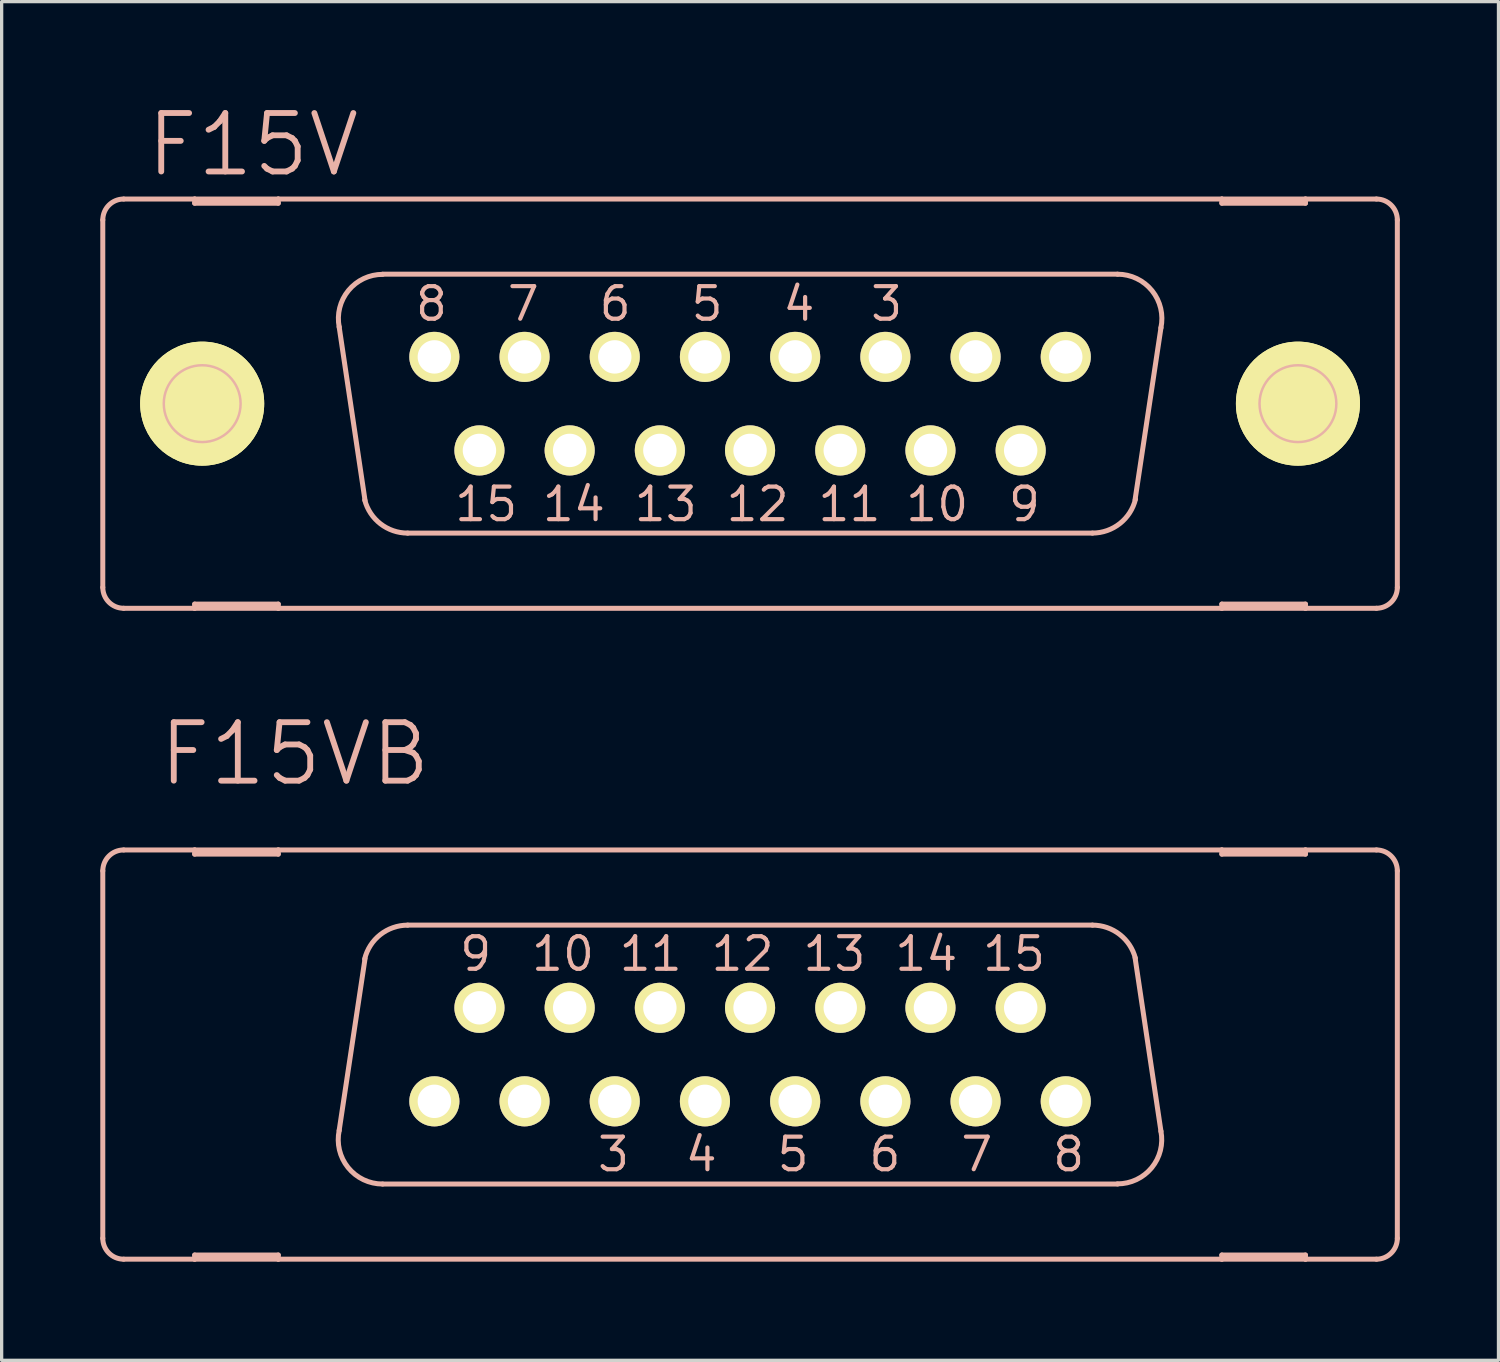
<source format=kicad_pcb>
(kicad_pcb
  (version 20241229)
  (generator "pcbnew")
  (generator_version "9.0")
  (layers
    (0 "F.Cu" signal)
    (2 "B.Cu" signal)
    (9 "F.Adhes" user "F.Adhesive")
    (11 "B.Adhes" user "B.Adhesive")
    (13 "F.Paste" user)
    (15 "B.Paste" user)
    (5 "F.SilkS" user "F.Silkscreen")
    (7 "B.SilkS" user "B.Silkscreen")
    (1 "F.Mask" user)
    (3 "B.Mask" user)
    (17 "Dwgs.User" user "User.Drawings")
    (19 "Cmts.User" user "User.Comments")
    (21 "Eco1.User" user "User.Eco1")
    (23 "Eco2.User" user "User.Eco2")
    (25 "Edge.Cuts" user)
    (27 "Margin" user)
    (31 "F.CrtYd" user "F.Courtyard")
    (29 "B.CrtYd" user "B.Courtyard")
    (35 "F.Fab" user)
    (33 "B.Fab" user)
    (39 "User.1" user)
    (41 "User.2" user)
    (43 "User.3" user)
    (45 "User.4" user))
  (footprint "F15V"
    (layer "F.Cu")
    (at 19.761 9.226)
    (property "Reference" "F15V" (at -15.113 -7.874 0) (layer "B.SilkS") (effects (font (size 1.778 1.778) (thickness 0.178))))
    (attr exclude_from_pos_files exclude_from_bom)
    (fp_line (start -18.313 0) (end -15.011 0) (stroke (width 0.127) (type solid)) (layer "F.SilkS"))
    (fp_line (start -16.662 1.651) (end -16.662 -1.651) (stroke (width 0.127) (type solid)) (layer "F.SilkS"))
    (fp_line (start 15.011 0) (end 18.313 0) (stroke (width 0.127) (type solid)) (layer "F.SilkS"))
    (fp_line (start 16.662 1.651) (end 16.662 -1.651) (stroke (width 0.127) (type solid)) (layer "F.SilkS"))
    (fp_circle (center -16.662 0) (end -17.996 1.333) (stroke (width 0) (type solid)) (fill yes) (layer "F.SilkS"))
    (fp_circle (center -16.662 0) (end -17.996 1.333) (stroke (width 0) (type solid)) (fill yes) (layer "F.SilkS"))
    (fp_circle (center -16.662 0) (end -17.488 0.826) (stroke (width 0.127) (type solid)) (fill no) (layer "F.SilkS"))
    (fp_circle (center -9.601 -1.422) (end -9.982 -1.803) (stroke (width 0.127) (type solid)) (fill no) (layer "F.SilkS"))
    (fp_circle (center -8.23 1.422) (end -8.611 1.803) (stroke (width 0.127) (type solid)) (fill no) (layer "F.SilkS"))
    (fp_circle (center -6.858 -1.422) (end -7.239 -1.803) (stroke (width 0.127) (type solid)) (fill no) (layer "F.SilkS"))
    (fp_circle (center -5.486 1.422) (end -5.867 1.803) (stroke (width 0.127) (type solid)) (fill no) (layer "F.SilkS"))
    (fp_circle (center -4.115 -1.422) (end -4.496 -1.803) (stroke (width 0.127) (type solid)) (fill no) (layer "F.SilkS"))
    (fp_circle (center -2.743 1.422) (end -3.124 1.803) (stroke (width 0.127) (type solid)) (fill no) (layer "F.SilkS"))
    (fp_circle (center -1.372 -1.422) (end -1.753 -1.803) (stroke (width 0.127) (type solid)) (fill no) (layer "F.SilkS"))
    (fp_circle (center 0 1.422) (end -0.381 1.803) (stroke (width 0.127) (type solid)) (fill no) (layer "F.SilkS"))
    (fp_circle (center 1.372 -1.422) (end 1.753 -1.803) (stroke (width 0.127) (type solid)) (fill no) (layer "F.SilkS"))
    (fp_circle (center 2.743 1.422) (end 3.124 1.803) (stroke (width 0.127) (type solid)) (fill no) (layer "F.SilkS"))
    (fp_circle (center 4.115 -1.422) (end 4.496 -1.803) (stroke (width 0.127) (type solid)) (fill no) (layer "F.SilkS"))
    (fp_circle (center 5.486 1.422) (end 5.867 1.803) (stroke (width 0.127) (type solid)) (fill no) (layer "F.SilkS"))
    (fp_circle (center 6.858 -1.422) (end 7.239 -1.803) (stroke (width 0.127) (type solid)) (fill no) (layer "F.SilkS"))
    (fp_circle (center 8.23 1.422) (end 8.611 1.803) (stroke (width 0.127) (type solid)) (fill no) (layer "F.SilkS"))
    (fp_circle (center 9.601 -1.422) (end 9.982 -1.803) (stroke (width 0.127) (type solid)) (fill no) (layer "F.SilkS"))
    (fp_circle (center 16.662 0) (end 17.488 0.826) (stroke (width 0.127) (type solid)) (fill no) (layer "F.SilkS"))
    (fp_circle (center 16.662 0) (end 17.996 1.333) (stroke (width 0) (type solid)) (fill yes) (layer "F.SilkS"))
    (fp_circle (center 16.662 0) (end 17.996 1.333) (stroke (width 0) (type solid)) (fill yes) (layer "F.SilkS"))
    (fp_line (start -19.685 -5.588) (end -19.685 5.588) (stroke (width 0.152) (type solid)) (layer "B.SilkS"))
    (fp_line (start -19.05 6.223) (end -16.891 6.223) (stroke (width 0.152) (type solid)) (layer "B.SilkS"))
    (fp_line (start -16.891 -6.223) (end -19.05 -6.223) (stroke (width 0.152) (type solid)) (layer "B.SilkS"))
    (fp_line (start -16.891 -6.223) (end -16.891 -6.096) (stroke (width 0.152) (type solid)) (layer "B.SilkS"))
    (fp_line (start -16.891 -6.096) (end -14.348 -6.096) (stroke (width 0.152) (type solid)) (layer "B.SilkS"))
    (fp_line (start -16.891 6.096) (end -14.348 6.096) (stroke (width 0.152) (type solid)) (layer "B.SilkS"))
    (fp_line (start -16.891 6.223) (end -16.891 6.096) (stroke (width 0.152) (type solid)) (layer "B.SilkS"))
    (fp_line (start -16.891 6.223) (end -14.348 6.223) (stroke (width 0.152) (type solid)) (layer "B.SilkS"))
    (fp_line (start -14.348 -6.223) (end -16.891 -6.223) (stroke (width 0.152) (type solid)) (layer "B.SilkS"))
    (fp_line (start -14.348 -6.096) (end -14.348 -6.223) (stroke (width 0.152) (type solid)) (layer "B.SilkS"))
    (fp_line (start -14.348 6.096) (end -14.348 6.223) (stroke (width 0.152) (type solid)) (layer "B.SilkS"))
    (fp_line (start -14.348 6.223) (end 14.348 6.223) (stroke (width 0.152) (type solid)) (layer "B.SilkS"))
    (fp_line (start -11.709 2.946) (end -12.497 -2.337) (stroke (width 0.152) (type solid)) (layer "B.SilkS"))
    (fp_line (start -11.176 -3.937) (end 11.176 -3.937) (stroke (width 0.152) (type solid)) (layer "B.SilkS"))
    (fp_line (start -10.414 3.937) (end 10.414 3.937) (stroke (width 0.152) (type solid)) (layer "B.SilkS"))
    (fp_line (start 12.497 -2.311) (end 11.709 2.921) (stroke (width 0.152) (type solid)) (layer "B.SilkS"))
    (fp_line (start 14.348 -6.223) (end -14.348 -6.223) (stroke (width 0.152) (type solid)) (layer "B.SilkS"))
    (fp_line (start 14.348 -6.223) (end 14.348 -6.096) (stroke (width 0.152) (type solid)) (layer "B.SilkS"))
    (fp_line (start 14.348 -6.096) (end 16.891 -6.096) (stroke (width 0.152) (type solid)) (layer "B.SilkS"))
    (fp_line (start 14.348 6.096) (end 16.891 6.096) (stroke (width 0.152) (type solid)) (layer "B.SilkS"))
    (fp_line (start 14.348 6.223) (end 14.348 6.096) (stroke (width 0.152) (type solid)) (layer "B.SilkS"))
    (fp_line (start 14.348 6.223) (end 16.891 6.223) (stroke (width 0.152) (type solid)) (layer "B.SilkS"))
    (fp_line (start 16.891 -6.223) (end 14.348 -6.223) (stroke (width 0.152) (type solid)) (layer "B.SilkS"))
    (fp_line (start 16.891 -6.096) (end 16.891 -6.223) (stroke (width 0.152) (type solid)) (layer "B.SilkS"))
    (fp_line (start 16.891 6.096) (end 16.891 6.223) (stroke (width 0.152) (type solid)) (layer "B.SilkS"))
    (fp_line (start 16.891 6.223) (end 19.05 6.223) (stroke (width 0.152) (type solid)) (layer "B.SilkS"))
    (fp_line (start 19.05 -6.223) (end 16.891 -6.223) (stroke (width 0.152) (type solid)) (layer "B.SilkS"))
    (fp_line (start 19.685 -5.588) (end 19.685 5.588) (stroke (width 0.152) (type solid)) (layer "B.SilkS"))
    (fp_arc (start -19.685 -5.588) (mid -19.499013 -6.037013) (end -19.05 -6.223) (stroke (width 0.1524) (type solid)) (layer "B.SilkS"))
    (fp_arc (start -19.05 6.223) (mid -19.499013 6.037013) (end -19.685 5.588) (stroke (width 0.1524) (type solid)) (layer "B.SilkS"))
    (fp_arc (start -12.49426 -2.32664) (mid -12.214158 -3.441772) (end -11.17424 -3.932229) (stroke (width 0.1524) (type solid)) (layer "B.SilkS"))
    (fp_arc (start -10.414 3.937) (mid -11.238791 3.655415) (end -11.719188 2.928236) (stroke (width 0.1524) (type solid)) (layer "B.SilkS"))
    (fp_arc (start 11.176 -3.937) (mid 12.225648 -3.435219) (end 12.49428 -2.303238) (stroke (width 0.1524) (type solid)) (layer "B.SilkS"))
    (fp_arc (start 11.7221 2.90322) (mid 11.246662 3.646284) (end 10.413518 3.936211) (stroke (width 0.1524) (type solid)) (layer "B.SilkS"))
    (fp_arc (start 19.05 -6.223) (mid 19.499013 -6.037013) (end 19.685 -5.588) (stroke (width 0.1524) (type solid)) (layer "B.SilkS"))
    (fp_arc (start 19.685 5.588) (mid 19.499013 6.037013) (end 19.05 6.223) (stroke (width 0.1524) (type solid)) (layer "B.SilkS"))
    (fp_circle (center -16.662 0) (end -17.488 0.826) (stroke (width 0.076) (type solid)) (fill no) (layer "B.SilkS"))
    (fp_circle (center 16.662 0) (end 17.488 0.826) (stroke (width 0.076) (type solid)) (fill no) (layer "B.SilkS"))
    (fp_text user "12" (at 0.229 3.061 0) (layer "B.SilkS") (effects (font (size 0.991 0.991) (thickness 0.127))))
    (fp_text user "11" (at 3.023 3.061 0) (layer "B.SilkS") (effects (font (size 0.991 0.991) (thickness 0.127))))
    (fp_text user "14" (at -5.359 3.061 0) (layer "B.SilkS") (effects (font (size 0.991 0.991) (thickness 0.127))))
    (fp_text user "9" (at 8.344 3.061 0) (layer "B.SilkS") (effects (font (size 0.991 0.991) (thickness 0.127))))
    (fp_text user "15" (at -8.026 3.061 0) (layer "B.SilkS") (effects (font (size 0.991 0.991) (thickness 0.127))))
    (fp_text user "8" (at -9.69 -3.035 0) (layer "B.SilkS") (effects (font (size 0.991 0.991) (thickness 0.127))))
    (fp_text user "7" (at -6.896 -3.035 0) (layer "B.SilkS") (effects (font (size 0.991 0.991) (thickness 0.127))))
    (fp_text user "3" (at 4.153 -3.035 0) (layer "B.SilkS") (effects (font (size 0.991 0.991) (thickness 0.127))))
    (fp_text user "6" (at -4.102 -3.035 0) (layer "B.SilkS") (effects (font (size 0.991 0.991) (thickness 0.127))))
    (fp_text user "10" (at 5.69 3.061 0) (layer "B.SilkS") (effects (font (size 0.991 0.991) (thickness 0.127))))
    (fp_text user "5" (at -1.308 -3.035 0) (layer "B.SilkS") (effects (font (size 0.991 0.991) (thickness 0.127))))
    (fp_text user "13" (at -2.565 3.061 0) (layer "B.SilkS") (effects (font (size 0.991 0.991) (thickness 0.127))))
    (fp_text user "4" (at 1.486 -3.035 0) (layer "B.SilkS") (effects (font (size 0.991 0.991) (thickness 0.127))))
    (pad "1" thru_hole circle (at 9.601 -1.422) (size 1.524 1.524) (drill 1.016) (layers "*.Cu" "F.Mask" "F.SilkS" "F.Paste"))
    (pad "2" thru_hole circle (at 6.858 -1.422) (size 1.524 1.524) (drill 1.016) (layers "*.Cu" "F.Mask" "F.SilkS" "F.Paste"))
    (pad "3" thru_hole circle (at 4.115 -1.422) (size 1.524 1.524) (drill 1.016) (layers "*.Cu" "F.Mask" "F.SilkS" "F.Paste"))
    (pad "4" thru_hole circle (at 1.372 -1.422) (size 1.524 1.524) (drill 1.016) (layers "*.Cu" "F.Mask" "F.SilkS" "F.Paste"))
    (pad "5" thru_hole circle (at -1.372 -1.422) (size 1.524 1.524) (drill 1.016) (layers "*.Cu" "F.Mask" "F.SilkS" "F.Paste"))
    (pad "6" thru_hole circle (at -4.115 -1.422) (size 1.524 1.524) (drill 1.016) (layers "*.Cu" "F.Mask" "F.SilkS" "F.Paste"))
    (pad "7" thru_hole circle (at -6.858 -1.422) (size 1.524 1.524) (drill 1.016) (layers "*.Cu" "F.Mask" "F.SilkS" "F.Paste"))
    (pad "8" thru_hole circle (at -9.601 -1.422) (size 1.524 1.524) (drill 1.016) (layers "*.Cu" "F.Mask" "F.SilkS" "F.Paste"))
    (pad "9" thru_hole circle (at 8.23 1.422) (size 1.524 1.524) (drill 1.016) (layers "*.Cu" "F.Mask" "F.SilkS" "F.Paste"))
    (pad "10" thru_hole circle (at 5.486 1.422) (size 1.524 1.524) (drill 1.016) (layers "*.Cu" "F.Mask" "F.SilkS" "F.Paste"))
    (pad "11" thru_hole circle (at 2.743 1.422) (size 1.524 1.524) (drill 1.016) (layers "*.Cu" "F.Mask" "F.SilkS" "F.Paste"))
    (pad "12" thru_hole circle (at 0 1.422) (size 1.524 1.524) (drill 1.016) (layers "*.Cu" "F.Mask" "F.SilkS" "F.Paste"))
    (pad "13" thru_hole circle (at -2.743 1.422) (size 1.524 1.524) (drill 1.016) (layers "*.Cu" "F.Mask" "F.SilkS" "F.Paste"))
    (pad "14" thru_hole circle (at -5.486 1.422) (size 1.524 1.524) (drill 1.016) (layers "*.Cu" "F.Mask" "F.SilkS" "F.Paste"))
    (pad "15" thru_hole circle (at -8.23 1.422) (size 1.524 1.524) (drill 1.016) (layers "*.Cu" "F.Mask" "F.SilkS" "F.Paste")))
  (footprint "F15VB"
    (layer "F.Cu")
    (at 19.761 29.022)
    (property "Reference" "F15VB" (at -13.843 -9.144 0) (layer "B.SilkS") (effects (font (size 1.778 1.778) (thickness 0.178))))
    (attr exclude_from_pos_files exclude_from_bom)
    (fp_circle (center -9.601 1.422) (end -9.982 1.803) (stroke (width 0.127) (type solid)) (fill no) (layer "F.SilkS"))
    (fp_circle (center -8.23 -1.422) (end -8.611 -1.803) (stroke (width 0.127) (type solid)) (fill no) (layer "F.SilkS"))
    (fp_circle (center -6.858 1.422) (end -7.239 1.803) (stroke (width 0.127) (type solid)) (fill no) (layer "F.SilkS"))
    (fp_circle (center -5.486 -1.422) (end -5.867 -1.803) (stroke (width 0.127) (type solid)) (fill no) (layer "F.SilkS"))
    (fp_circle (center -4.115 1.422) (end -4.496 1.803) (stroke (width 0.127) (type solid)) (fill no) (layer "F.SilkS"))
    (fp_circle (center -2.743 -1.422) (end -3.124 -1.803) (stroke (width 0.127) (type solid)) (fill no) (layer "F.SilkS"))
    (fp_circle (center -1.372 1.422) (end -1.753 1.803) (stroke (width 0.127) (type solid)) (fill no) (layer "F.SilkS"))
    (fp_circle (center 0 -1.422) (end -0.381 -1.803) (stroke (width 0.127) (type solid)) (fill no) (layer "F.SilkS"))
    (fp_circle (center 1.372 1.422) (end 1.753 1.803) (stroke (width 0.127) (type solid)) (fill no) (layer "F.SilkS"))
    (fp_circle (center 2.743 -1.422) (end 3.124 -1.803) (stroke (width 0.127) (type solid)) (fill no) (layer "F.SilkS"))
    (fp_circle (center 4.115 1.422) (end 4.496 1.803) (stroke (width 0.127) (type solid)) (fill no) (layer "F.SilkS"))
    (fp_circle (center 5.486 -1.422) (end 5.867 -1.803) (stroke (width 0.127) (type solid)) (fill no) (layer "F.SilkS"))
    (fp_circle (center 6.858 1.422) (end 7.239 1.803) (stroke (width 0.127) (type solid)) (fill no) (layer "F.SilkS"))
    (fp_circle (center 8.23 -1.422) (end 8.611 -1.803) (stroke (width 0.127) (type solid)) (fill no) (layer "F.SilkS"))
    (fp_circle (center 9.601 1.422) (end 9.982 1.803) (stroke (width 0.127) (type solid)) (fill no) (layer "F.SilkS"))
    (fp_line (start -19.685 5.588) (end -19.685 -5.588) (stroke (width 0.152) (type solid)) (layer "B.SilkS"))
    (fp_line (start -19.05 6.223) (end -16.891 6.223) (stroke (width 0.152) (type solid)) (layer "B.SilkS"))
    (fp_line (start -16.891 -6.223) (end -19.05 -6.223) (stroke (width 0.152) (type solid)) (layer "B.SilkS"))
    (fp_line (start -16.891 -6.096) (end -16.891 -6.223) (stroke (width 0.152) (type solid)) (layer "B.SilkS"))
    (fp_line (start -16.891 6.096) (end -16.891 6.223) (stroke (width 0.152) (type solid)) (layer "B.SilkS"))
    (fp_line (start -16.891 6.223) (end -14.348 6.223) (stroke (width 0.152) (type solid)) (layer "B.SilkS"))
    (fp_line (start -14.348 -6.223) (end -16.891 -6.223) (stroke (width 0.152) (type solid)) (layer "B.SilkS"))
    (fp_line (start -14.348 -6.223) (end -14.348 -6.096) (stroke (width 0.152) (type solid)) (layer "B.SilkS"))
    (fp_line (start -14.348 -6.096) (end -16.891 -6.096) (stroke (width 0.152) (type solid)) (layer "B.SilkS"))
    (fp_line (start -14.348 6.096) (end -16.891 6.096) (stroke (width 0.152) (type solid)) (layer "B.SilkS"))
    (fp_line (start -14.348 6.223) (end -14.348 6.096) (stroke (width 0.152) (type solid)) (layer "B.SilkS"))
    (fp_line (start -14.348 6.223) (end 14.348 6.223) (stroke (width 0.152) (type solid)) (layer "B.SilkS"))
    (fp_line (start -12.497 2.311) (end -11.709 -2.921) (stroke (width 0.152) (type solid)) (layer "B.SilkS"))
    (fp_line (start 10.414 -3.937) (end -10.414 -3.937) (stroke (width 0.152) (type solid)) (layer "B.SilkS"))
    (fp_line (start 11.176 3.937) (end -11.176 3.937) (stroke (width 0.152) (type solid)) (layer "B.SilkS"))
    (fp_line (start 11.709 -2.946) (end 12.497 2.337) (stroke (width 0.152) (type solid)) (layer "B.SilkS"))
    (fp_line (start 14.348 -6.223) (end -14.348 -6.223) (stroke (width 0.152) (type solid)) (layer "B.SilkS"))
    (fp_line (start 14.348 -6.096) (end 14.348 -6.223) (stroke (width 0.152) (type solid)) (layer "B.SilkS"))
    (fp_line (start 14.348 6.096) (end 14.348 6.223) (stroke (width 0.152) (type solid)) (layer "B.SilkS"))
    (fp_line (start 14.348 6.223) (end 16.891 6.223) (stroke (width 0.152) (type solid)) (layer "B.SilkS"))
    (fp_line (start 16.891 -6.223) (end 14.348 -6.223) (stroke (width 0.152) (type solid)) (layer "B.SilkS"))
    (fp_line (start 16.891 -6.223) (end 16.891 -6.096) (stroke (width 0.152) (type solid)) (layer "B.SilkS"))
    (fp_line (start 16.891 -6.096) (end 14.348 -6.096) (stroke (width 0.152) (type solid)) (layer "B.SilkS"))
    (fp_line (start 16.891 6.096) (end 14.348 6.096) (stroke (width 0.152) (type solid)) (layer "B.SilkS"))
    (fp_line (start 16.891 6.223) (end 16.891 6.096) (stroke (width 0.152) (type solid)) (layer "B.SilkS"))
    (fp_line (start 16.891 6.223) (end 19.05 6.223) (stroke (width 0.152) (type solid)) (layer "B.SilkS"))
    (fp_line (start 19.05 -6.223) (end 16.891 -6.223) (stroke (width 0.152) (type solid)) (layer "B.SilkS"))
    (fp_line (start 19.685 5.588) (end 19.685 -5.588) (stroke (width 0.152) (type solid)) (layer "B.SilkS"))
    (fp_arc (start -19.685 -5.588) (mid -19.499013 -6.037013) (end -19.05 -6.223) (stroke (width 0.1524) (type solid)) (layer "B.SilkS"))
    (fp_arc (start -19.05 6.223) (mid -19.499013 6.037013) (end -19.685 5.588) (stroke (width 0.1524) (type solid)) (layer "B.SilkS"))
    (fp_arc (start -11.7221 -2.90322) (mid -11.246662 -3.646284) (end -10.413518 -3.936211) (stroke (width 0.1524) (type solid)) (layer "B.SilkS"))
    (fp_arc (start -11.176 3.937) (mid -12.225648 3.435219) (end -12.49428 2.303238) (stroke (width 0.1524) (type solid)) (layer "B.SilkS"))
    (fp_arc (start 10.414 -3.937) (mid 11.238791 -3.655415) (end 11.719188 -2.928236) (stroke (width 0.1524) (type solid)) (layer "B.SilkS"))
    (fp_arc (start 12.49426 2.32664) (mid 12.214158 3.441772) (end 11.17424 3.932229) (stroke (width 0.1524) (type solid)) (layer "B.SilkS"))
    (fp_arc (start 19.05 -6.223) (mid 19.499013 -6.037013) (end 19.685 -5.588) (stroke (width 0.1524) (type solid)) (layer "B.SilkS"))
    (fp_arc (start 19.685 5.588) (mid 19.499013 6.037013) (end 19.05 6.223) (stroke (width 0.1524) (type solid)) (layer "B.SilkS"))
    (fp_text user "9" (at -8.344 -3.061 180) (layer "B.SilkS") (effects (font (size 0.991 0.991) (thickness 0.127))))
    (fp_text user "6" (at 4.102 3.035 180) (layer "B.SilkS") (effects (font (size 0.991 0.991) (thickness 0.127))))
    (fp_text user "5" (at 1.308 3.035 180) (layer "B.SilkS") (effects (font (size 0.991 0.991) (thickness 0.127))))
    (fp_text user "15" (at 8.026 -3.061 180) (layer "B.SilkS") (effects (font (size 0.991 0.991) (thickness 0.127))))
    (fp_text user "12" (at -0.229 -3.061 180) (layer "B.SilkS") (effects (font (size 0.991 0.991) (thickness 0.127))))
    (fp_text user "13" (at 2.565 -3.061 180) (layer "B.SilkS") (effects (font (size 0.991 0.991) (thickness 0.127))))
    (fp_text user "4" (at -1.486 3.035 180) (layer "B.SilkS") (effects (font (size 0.991 0.991) (thickness 0.127))))
    (fp_text user "10" (at -5.69 -3.061 180) (layer "B.SilkS") (effects (font (size 0.991 0.991) (thickness 0.127))))
    (fp_text user "8" (at 9.69 3.035 180) (layer "B.SilkS") (effects (font (size 0.991 0.991) (thickness 0.127))))
    (fp_text user "11" (at -3.023 -3.061 180) (layer "B.SilkS") (effects (font (size 0.991 0.991) (thickness 0.127))))
    (fp_text user "14" (at 5.359 -3.061 180) (layer "B.SilkS") (effects (font (size 0.991 0.991) (thickness 0.127))))
    (fp_text user "3" (at -4.153 3.035 180) (layer "B.SilkS") (effects (font (size 0.991 0.991) (thickness 0.127))))
    (fp_text user "7" (at 6.896 3.035 180) (layer "B.SilkS") (effects (font (size 0.991 0.991) (thickness 0.127))))
    (pad "1" thru_hole circle (at -9.601 1.422) (size 1.524 1.524) (drill 1.016) (layers "*.Cu" "F.Mask" "F.SilkS" "F.Paste"))
    (pad "2" thru_hole circle (at -6.858 1.422) (size 1.524 1.524) (drill 1.016) (layers "*.Cu" "F.Mask" "F.SilkS" "F.Paste"))
    (pad "3" thru_hole circle (at -4.115 1.422) (size 1.524 1.524) (drill 1.016) (layers "*.Cu" "F.Mask" "F.SilkS" "F.Paste"))
    (pad "4" thru_hole circle (at -1.372 1.422) (size 1.524 1.524) (drill 1.016) (layers "*.Cu" "F.Mask" "F.SilkS" "F.Paste"))
    (pad "5" thru_hole circle (at 1.372 1.422) (size 1.524 1.524) (drill 1.016) (layers "*.Cu" "F.Mask" "F.SilkS" "F.Paste"))
    (pad "6" thru_hole circle (at 4.115 1.422) (size 1.524 1.524) (drill 1.016) (layers "*.Cu" "F.Mask" "F.SilkS" "F.Paste"))
    (pad "7" thru_hole circle (at 6.858 1.422) (size 1.524 1.524) (drill 1.016) (layers "*.Cu" "F.Mask" "F.SilkS" "F.Paste"))
    (pad "8" thru_hole circle (at 9.601 1.422) (size 1.524 1.524) (drill 1.016) (layers "*.Cu" "F.Mask" "F.SilkS" "F.Paste"))
    (pad "9" thru_hole circle (at -8.23 -1.422) (size 1.524 1.524) (drill 1.016) (layers "*.Cu" "F.Mask" "F.SilkS" "F.Paste"))
    (pad "10" thru_hole circle (at -5.486 -1.422) (size 1.524 1.524) (drill 1.016) (layers "*.Cu" "F.Mask" "F.SilkS" "F.Paste"))
    (pad "11" thru_hole circle (at -2.743 -1.422) (size 1.524 1.524) (drill 1.016) (layers "*.Cu" "F.Mask" "F.SilkS" "F.Paste"))
    (pad "12" thru_hole circle (at 0 -1.422) (size 1.524 1.524) (drill 1.016) (layers "*.Cu" "F.Mask" "F.SilkS" "F.Paste"))
    (pad "13" thru_hole circle (at 2.743 -1.422) (size 1.524 1.524) (drill 1.016) (layers "*.Cu" "F.Mask" "F.SilkS" "F.Paste"))
    (pad "14" thru_hole circle (at 5.486 -1.422) (size 1.524 1.524) (drill 1.016) (layers "*.Cu" "F.Mask" "F.SilkS" "F.Paste"))
    (pad "15" thru_hole circle (at 8.23 -1.422) (size 1.524 1.524) (drill 1.016) (layers "*.Cu" "F.Mask" "F.SilkS" "F.Paste")))
  (gr_rect
    (start -3 -3)
    (end 42.522 38.321)
    (stroke (width 0.1) (type default))
    (fill no)
    (layer "Edge.Cuts")))
</source>
